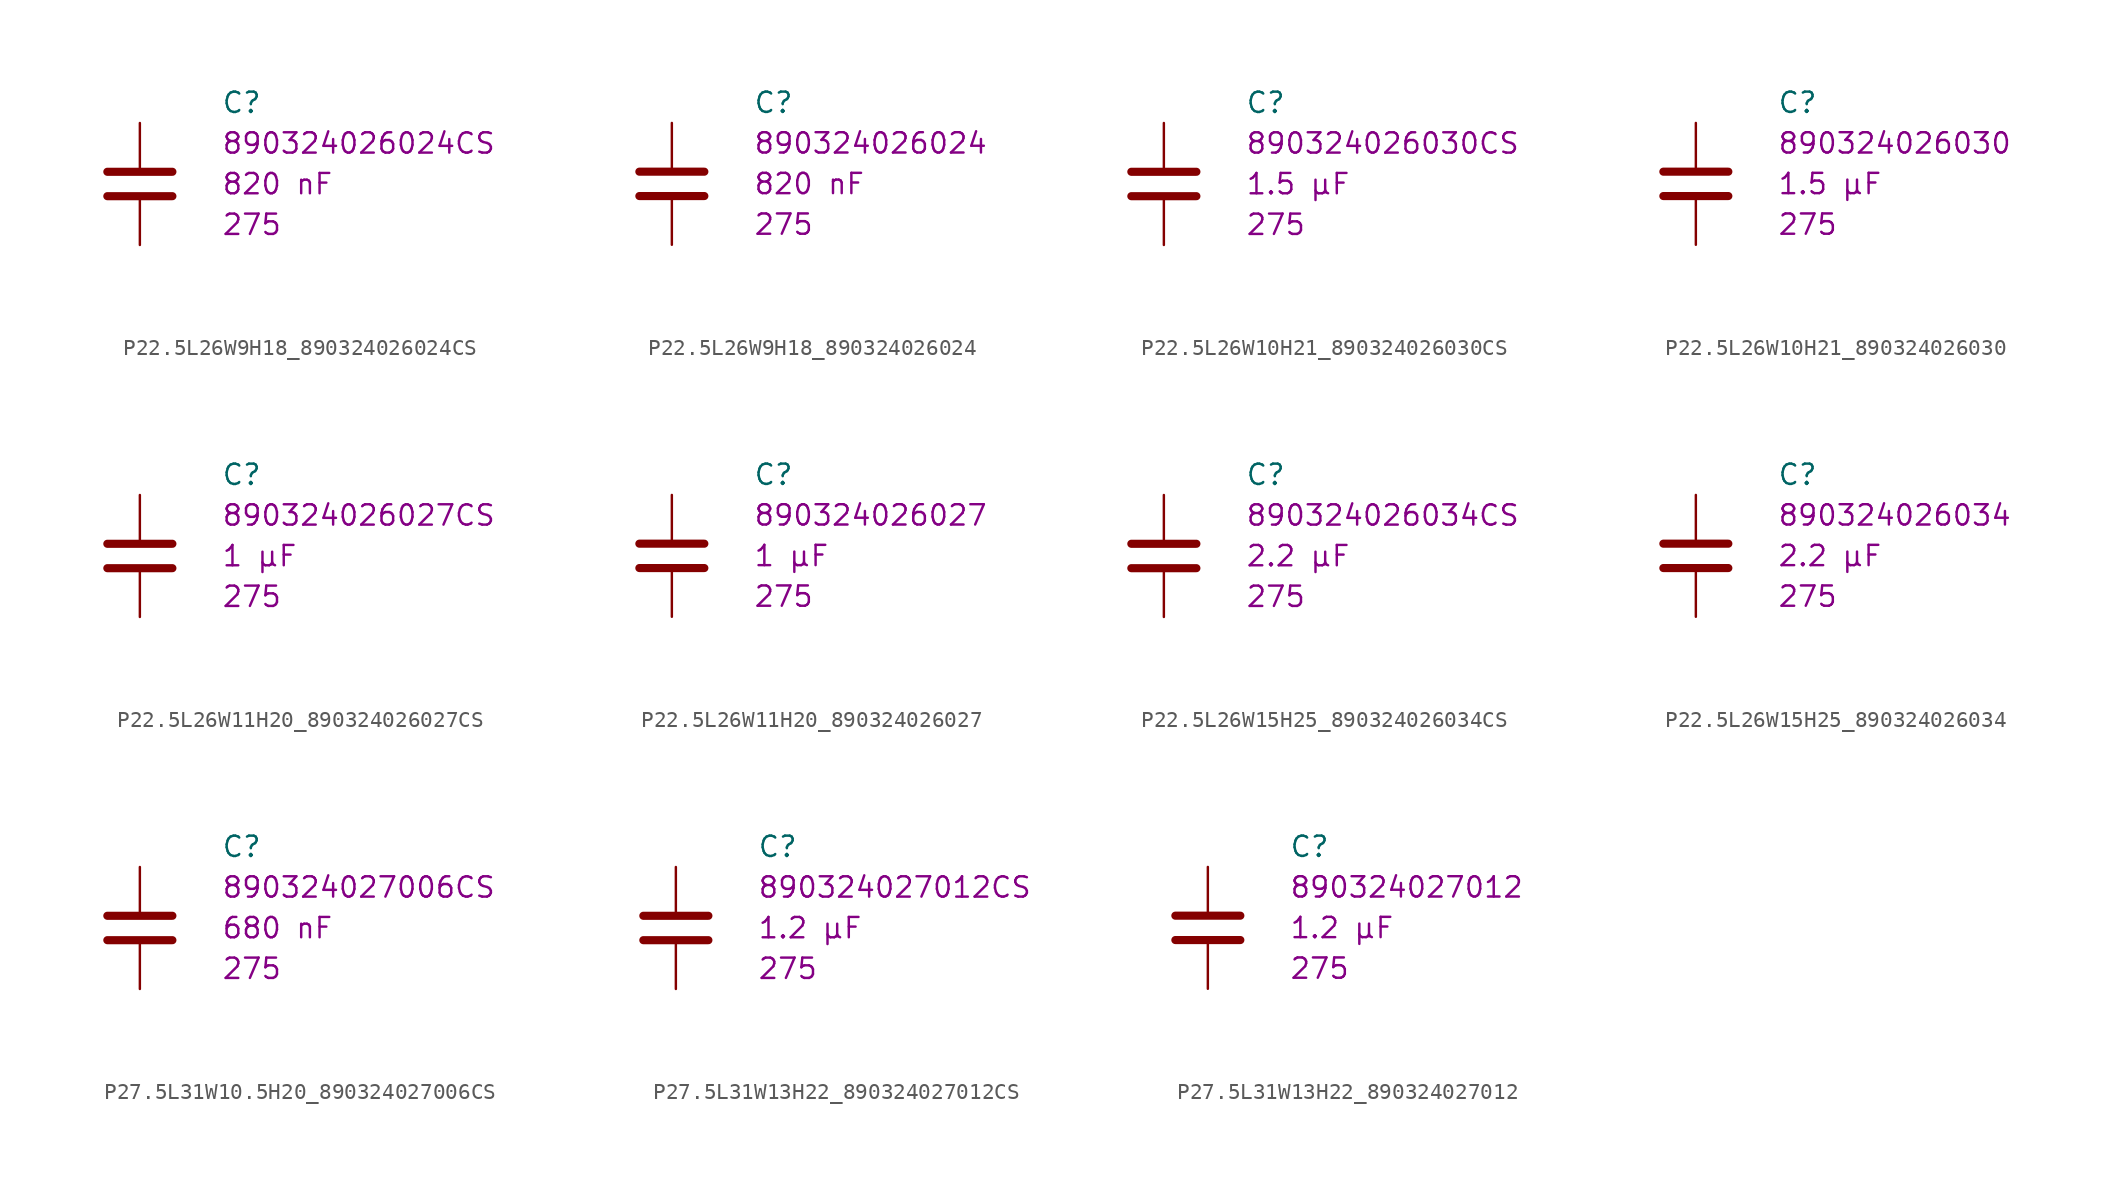
<source format=kicad_sym>
(kicad_symbol_lib
  (version 20220914)
  (generator kicad_symbol_editor)
  (symbol "P22.5L26W9H18_890324026024CS"
    (pin_numbers hide)
    (pin_names hide)
    (property "Reference" "C"
      (at 5.08 5.08 0)
      (effects (font (size 1.27 1.27)) (justify left)))
    (property "Part Number" "890324026024CS"
      (at 5.08 2.54 0)
      (effects (font (size 1.27 1.27)) (justify left)))
    (property "Capacitance" "820 nF"
      (at 5.08 0 0)
      (effects (font (size 1.27 1.27)) (justify left)))
    (property "Voltage" "275"
      (at 5.08 -2.54 0)
      (effects (font (size 1.27 1.27)) (justify left)))
    (property "Critical Parameter" ""
      (at 0 -7.62 0)
      (effects (font (size 1.27 1.27))))
    (symbol "P22.5L26W9H18_890324026024CS_0_1"
      (polyline (pts (xy -2.032 -0.762) (xy 2.032 -0.762)) (stroke (width 0.508) (type default)) (fill (type none)))
      (polyline (pts (xy -2.032 0.762) (xy 2.032 0.762)) (stroke (width 0.508) (type default)) (fill (type none))))
    (symbol "P22.5L26W9H18_890324026024CS_1_1"
      (pin passive line (at 0 3.81 270) (length 2.794) (name "1" (effects (font (size 1.27 1.27)))) (number "1" (effects (font (size 1.27 1.27)))))
      (pin passive line (at 0 -3.81 90) (length 2.794) (name "2" (effects (font (size 1.27 1.27)))) (number "2" (effects (font (size 1.27 1.27)))))))
  (symbol "P22.5L26W9H18_890324026024"
    (pin_numbers hide)
    (pin_names hide)
    (property "Reference" "C"
      (at 5.08 5.08 0)
      (effects (font (size 1.27 1.27)) (justify left)))
    (property "Part Number" "890324026024"
      (at 5.08 2.54 0)
      (effects (font (size 1.27 1.27)) (justify left)))
    (property "Capacitance" "820 nF"
      (at 5.08 0 0)
      (effects (font (size 1.27 1.27)) (justify left)))
    (property "Voltage" "275"
      (at 5.08 -2.54 0)
      (effects (font (size 1.27 1.27)) (justify left)))
    (property "Critical Parameter" ""
      (at 0 -7.62 0)
      (effects (font (size 1.27 1.27))))
    (symbol "P22.5L26W9H18_890324026024_0_1"
      (polyline (pts (xy -2.032 -0.762) (xy 2.032 -0.762)) (stroke (width 0.508) (type default)) (fill (type none)))
      (polyline (pts (xy -2.032 0.762) (xy 2.032 0.762)) (stroke (width 0.508) (type default)) (fill (type none))))
    (symbol "P22.5L26W9H18_890324026024_1_1"
      (pin passive line (at 0 3.81 270) (length 2.794) (name "1" (effects (font (size 1.27 1.27)))) (number "1" (effects (font (size 1.27 1.27)))))
      (pin passive line (at 0 -3.81 90) (length 2.794) (name "2" (effects (font (size 1.27 1.27)))) (number "2" (effects (font (size 1.27 1.27)))))))
  (symbol "P22.5L26W10H21_890324026030CS"
    (pin_numbers hide)
    (pin_names hide)
    (property "Reference" "C"
      (at 5.08 5.08 0)
      (effects (font (size 1.27 1.27)) (justify left)))
    (property "Part Number" "890324026030CS"
      (at 5.08 2.54 0)
      (effects (font (size 1.27 1.27)) (justify left)))
    (property "Capacitance" "1.5 µF"
      (at 5.08 0 0)
      (effects (font (size 1.27 1.27)) (justify left)))
    (property "Voltage" "275"
      (at 5.08 -2.54 0)
      (effects (font (size 1.27 1.27)) (justify left)))
    (property "Critical Parameter" ""
      (at 0 -7.62 0)
      (effects (font (size 1.27 1.27))))
    (symbol "P22.5L26W10H21_890324026030CS_0_1"
      (polyline (pts (xy -2.032 -0.762) (xy 2.032 -0.762)) (stroke (width 0.508) (type default)) (fill (type none)))
      (polyline (pts (xy -2.032 0.762) (xy 2.032 0.762)) (stroke (width 0.508) (type default)) (fill (type none))))
    (symbol "P22.5L26W10H21_890324026030CS_1_1"
      (pin passive line (at 0 3.81 270) (length 2.794) (name "1" (effects (font (size 1.27 1.27)))) (number "1" (effects (font (size 1.27 1.27)))))
      (pin passive line (at 0 -3.81 90) (length 2.794) (name "2" (effects (font (size 1.27 1.27)))) (number "2" (effects (font (size 1.27 1.27)))))))
  (symbol "P22.5L26W10H21_890324026030"
    (pin_numbers hide)
    (pin_names hide)
    (property "Reference" "C"
      (at 5.08 5.08 0)
      (effects (font (size 1.27 1.27)) (justify left)))
    (property "Part Number" "890324026030"
      (at 5.08 2.54 0)
      (effects (font (size 1.27 1.27)) (justify left)))
    (property "Capacitance" "1.5 µF"
      (at 5.08 0 0)
      (effects (font (size 1.27 1.27)) (justify left)))
    (property "Voltage" "275"
      (at 5.08 -2.54 0)
      (effects (font (size 1.27 1.27)) (justify left)))
    (property "Critical Parameter" ""
      (at 0 -7.62 0)
      (effects (font (size 1.27 1.27))))
    (symbol "P22.5L26W10H21_890324026030_0_1"
      (polyline (pts (xy -2.032 -0.762) (xy 2.032 -0.762)) (stroke (width 0.508) (type default)) (fill (type none)))
      (polyline (pts (xy -2.032 0.762) (xy 2.032 0.762)) (stroke (width 0.508) (type default)) (fill (type none))))
    (symbol "P22.5L26W10H21_890324026030_1_1"
      (pin passive line (at 0 3.81 270) (length 2.794) (name "1" (effects (font (size 1.27 1.27)))) (number "1" (effects (font (size 1.27 1.27)))))
      (pin passive line (at 0 -3.81 90) (length 2.794) (name "2" (effects (font (size 1.27 1.27)))) (number "2" (effects (font (size 1.27 1.27)))))))
  (symbol "P22.5L26W11H20_890324026027CS"
    (pin_numbers hide)
    (pin_names hide)
    (property "Reference" "C"
      (at 5.08 5.08 0)
      (effects (font (size 1.27 1.27)) (justify left)))
    (property "Part Number" "890324026027CS"
      (at 5.08 2.54 0)
      (effects (font (size 1.27 1.27)) (justify left)))
    (property "Capacitance" "1 µF"
      (at 5.08 0 0)
      (effects (font (size 1.27 1.27)) (justify left)))
    (property "Voltage" "275"
      (at 5.08 -2.54 0)
      (effects (font (size 1.27 1.27)) (justify left)))
    (property "Critical Parameter" ""
      (at 0 -7.62 0)
      (effects (font (size 1.27 1.27))))
    (symbol "P22.5L26W11H20_890324026027CS_0_1"
      (polyline (pts (xy -2.032 -0.762) (xy 2.032 -0.762)) (stroke (width 0.508) (type default)) (fill (type none)))
      (polyline (pts (xy -2.032 0.762) (xy 2.032 0.762)) (stroke (width 0.508) (type default)) (fill (type none))))
    (symbol "P22.5L26W11H20_890324026027CS_1_1"
      (pin passive line (at 0 3.81 270) (length 2.794) (name "1" (effects (font (size 1.27 1.27)))) (number "1" (effects (font (size 1.27 1.27)))))
      (pin passive line (at 0 -3.81 90) (length 2.794) (name "2" (effects (font (size 1.27 1.27)))) (number "2" (effects (font (size 1.27 1.27)))))))
  (symbol "P22.5L26W11H20_890324026027"
    (pin_numbers hide)
    (pin_names hide)
    (property "Reference" "C"
      (at 5.08 5.08 0)
      (effects (font (size 1.27 1.27)) (justify left)))
    (property "Part Number" "890324026027"
      (at 5.08 2.54 0)
      (effects (font (size 1.27 1.27)) (justify left)))
    (property "Capacitance" "1 µF"
      (at 5.08 0 0)
      (effects (font (size 1.27 1.27)) (justify left)))
    (property "Voltage" "275"
      (at 5.08 -2.54 0)
      (effects (font (size 1.27 1.27)) (justify left)))
    (property "Critical Parameter" ""
      (at 0 -7.62 0)
      (effects (font (size 1.27 1.27))))
    (symbol "P22.5L26W11H20_890324026027_0_1"
      (polyline (pts (xy -2.032 -0.762) (xy 2.032 -0.762)) (stroke (width 0.508) (type default)) (fill (type none)))
      (polyline (pts (xy -2.032 0.762) (xy 2.032 0.762)) (stroke (width 0.508) (type default)) (fill (type none))))
    (symbol "P22.5L26W11H20_890324026027_1_1"
      (pin passive line (at 0 3.81 270) (length 2.794) (name "1" (effects (font (size 1.27 1.27)))) (number "1" (effects (font (size 1.27 1.27)))))
      (pin passive line (at 0 -3.81 90) (length 2.794) (name "2" (effects (font (size 1.27 1.27)))) (number "2" (effects (font (size 1.27 1.27)))))))
  (symbol "P22.5L26W15H25_890324026034CS"
    (pin_numbers hide)
    (pin_names hide)
    (property "Reference" "C"
      (at 5.08 5.08 0)
      (effects (font (size 1.27 1.27)) (justify left)))
    (property "Part Number" "890324026034CS"
      (at 5.08 2.54 0)
      (effects (font (size 1.27 1.27)) (justify left)))
    (property "Capacitance" "2.2 µF"
      (at 5.08 0 0)
      (effects (font (size 1.27 1.27)) (justify left)))
    (property "Voltage" "275"
      (at 5.08 -2.54 0)
      (effects (font (size 1.27 1.27)) (justify left)))
    (property "Critical Parameter" ""
      (at 0 -7.62 0)
      (effects (font (size 1.27 1.27))))
    (symbol "P22.5L26W15H25_890324026034CS_0_1"
      (polyline (pts (xy -2.032 -0.762) (xy 2.032 -0.762)) (stroke (width 0.508) (type default)) (fill (type none)))
      (polyline (pts (xy -2.032 0.762) (xy 2.032 0.762)) (stroke (width 0.508) (type default)) (fill (type none))))
    (symbol "P22.5L26W15H25_890324026034CS_1_1"
      (pin passive line (at 0 3.81 270) (length 2.794) (name "1" (effects (font (size 1.27 1.27)))) (number "1" (effects (font (size 1.27 1.27)))))
      (pin passive line (at 0 -3.81 90) (length 2.794) (name "2" (effects (font (size 1.27 1.27)))) (number "2" (effects (font (size 1.27 1.27)))))))
  (symbol "P22.5L26W15H25_890324026034"
    (pin_numbers hide)
    (pin_names hide)
    (property "Reference" "C"
      (at 5.08 5.08 0)
      (effects (font (size 1.27 1.27)) (justify left)))
    (property "Part Number" "890324026034"
      (at 5.08 2.54 0)
      (effects (font (size 1.27 1.27)) (justify left)))
    (property "Capacitance" "2.2 µF"
      (at 5.08 0 0)
      (effects (font (size 1.27 1.27)) (justify left)))
    (property "Voltage" "275"
      (at 5.08 -2.54 0)
      (effects (font (size 1.27 1.27)) (justify left)))
    (property "Critical Parameter" ""
      (at 0 -7.62 0)
      (effects (font (size 1.27 1.27))))
    (symbol "P22.5L26W15H25_890324026034_0_1"
      (polyline (pts (xy -2.032 -0.762) (xy 2.032 -0.762)) (stroke (width 0.508) (type default)) (fill (type none)))
      (polyline (pts (xy -2.032 0.762) (xy 2.032 0.762)) (stroke (width 0.508) (type default)) (fill (type none))))
    (symbol "P22.5L26W15H25_890324026034_1_1"
      (pin passive line (at 0 3.81 270) (length 2.794) (name "1" (effects (font (size 1.27 1.27)))) (number "1" (effects (font (size 1.27 1.27)))))
      (pin passive line (at 0 -3.81 90) (length 2.794) (name "2" (effects (font (size 1.27 1.27)))) (number "2" (effects (font (size 1.27 1.27)))))))
  (symbol "P27.5L31W10.5H20_890324027006CS"
    (pin_numbers hide)
    (pin_names hide)
    (property "Reference" "C"
      (at 5.08 5.08 0)
      (effects (font (size 1.27 1.27)) (justify left)))
    (property "Part Number" "890324027006CS"
      (at 5.08 2.54 0)
      (effects (font (size 1.27 1.27)) (justify left)))
    (property "Capacitance" "680 nF"
      (at 5.08 0 0)
      (effects (font (size 1.27 1.27)) (justify left)))
    (property "Voltage" "275"
      (at 5.08 -2.54 0)
      (effects (font (size 1.27 1.27)) (justify left)))
    (property "Critical Parameter" ""
      (at 0 -7.62 0)
      (effects (font (size 1.27 1.27))))
    (symbol "P27.5L31W10.5H20_890324027006CS_0_1"
      (polyline (pts (xy -2.032 -0.762) (xy 2.032 -0.762)) (stroke (width 0.508) (type default)) (fill (type none)))
      (polyline (pts (xy -2.032 0.762) (xy 2.032 0.762)) (stroke (width 0.508) (type default)) (fill (type none))))
    (symbol "P27.5L31W10.5H20_890324027006CS_1_1"
      (pin passive line (at 0 3.81 270) (length 2.794) (name "1" (effects (font (size 1.27 1.27)))) (number "1" (effects (font (size 1.27 1.27)))))
      (pin passive line (at 0 -3.81 90) (length 2.794) (name "2" (effects (font (size 1.27 1.27)))) (number "2" (effects (font (size 1.27 1.27)))))))
  (symbol "P27.5L31W13H22_890324027012CS"
    (pin_numbers hide)
    (pin_names hide)
    (property "Reference" "C"
      (at 5.08 5.08 0)
      (effects (font (size 1.27 1.27)) (justify left)))
    (property "Part Number" "890324027012CS"
      (at 5.08 2.54 0)
      (effects (font (size 1.27 1.27)) (justify left)))
    (property "Capacitance" "1.2 µF"
      (at 5.08 0 0)
      (effects (font (size 1.27 1.27)) (justify left)))
    (property "Voltage" "275"
      (at 5.08 -2.54 0)
      (effects (font (size 1.27 1.27)) (justify left)))
    (property "Critical Parameter" ""
      (at 0 -7.62 0)
      (effects (font (size 1.27 1.27))))
    (symbol "P27.5L31W13H22_890324027012CS_0_1"
      (polyline (pts (xy -2.032 -0.762) (xy 2.032 -0.762)) (stroke (width 0.508) (type default)) (fill (type none)))
      (polyline (pts (xy -2.032 0.762) (xy 2.032 0.762)) (stroke (width 0.508) (type default)) (fill (type none))))
    (symbol "P27.5L31W13H22_890324027012CS_1_1"
      (pin passive line (at 0 3.81 270) (length 2.794) (name "1" (effects (font (size 1.27 1.27)))) (number "1" (effects (font (size 1.27 1.27)))))
      (pin passive line (at 0 -3.81 90) (length 2.794) (name "2" (effects (font (size 1.27 1.27)))) (number "2" (effects (font (size 1.27 1.27)))))))
  (symbol "P27.5L31W13H22_890324027012"
    (pin_numbers hide)
    (pin_names hide)
    (property "Reference" "C"
      (at 5.08 5.08 0)
      (effects (font (size 1.27 1.27)) (justify left)))
    (property "Part Number" "890324027012"
      (at 5.08 2.54 0)
      (effects (font (size 1.27 1.27)) (justify left)))
    (property "Capacitance" "1.2 µF"
      (at 5.08 0 0)
      (effects (font (size 1.27 1.27)) (justify left)))
    (property "Voltage" "275"
      (at 5.08 -2.54 0)
      (effects (font (size 1.27 1.27)) (justify left)))
    (property "Critical Parameter" ""
      (at 0 -7.62 0)
      (effects (font (size 1.27 1.27))))
    (symbol "P27.5L31W13H22_890324027012_0_1"
      (polyline (pts (xy -2.032 -0.762) (xy 2.032 -0.762)) (stroke (width 0.508) (type default)) (fill (type none)))
      (polyline (pts (xy -2.032 0.762) (xy 2.032 0.762)) (stroke (width 0.508) (type default)) (fill (type none))))
    (symbol "P27.5L31W13H22_890324027012_1_1"
      (pin passive line (at 0 3.81 270) (length 2.794) (name "1" (effects (font (size 1.27 1.27)))) (number "1" (effects (font (size 1.27 1.27)))))
      (pin passive line (at 0 -3.81 90) (length 2.794) (name "2" (effects (font (size 1.27 1.27)))) (number "2" (effects (font (size 1.27 1.27))))))))
</source>
